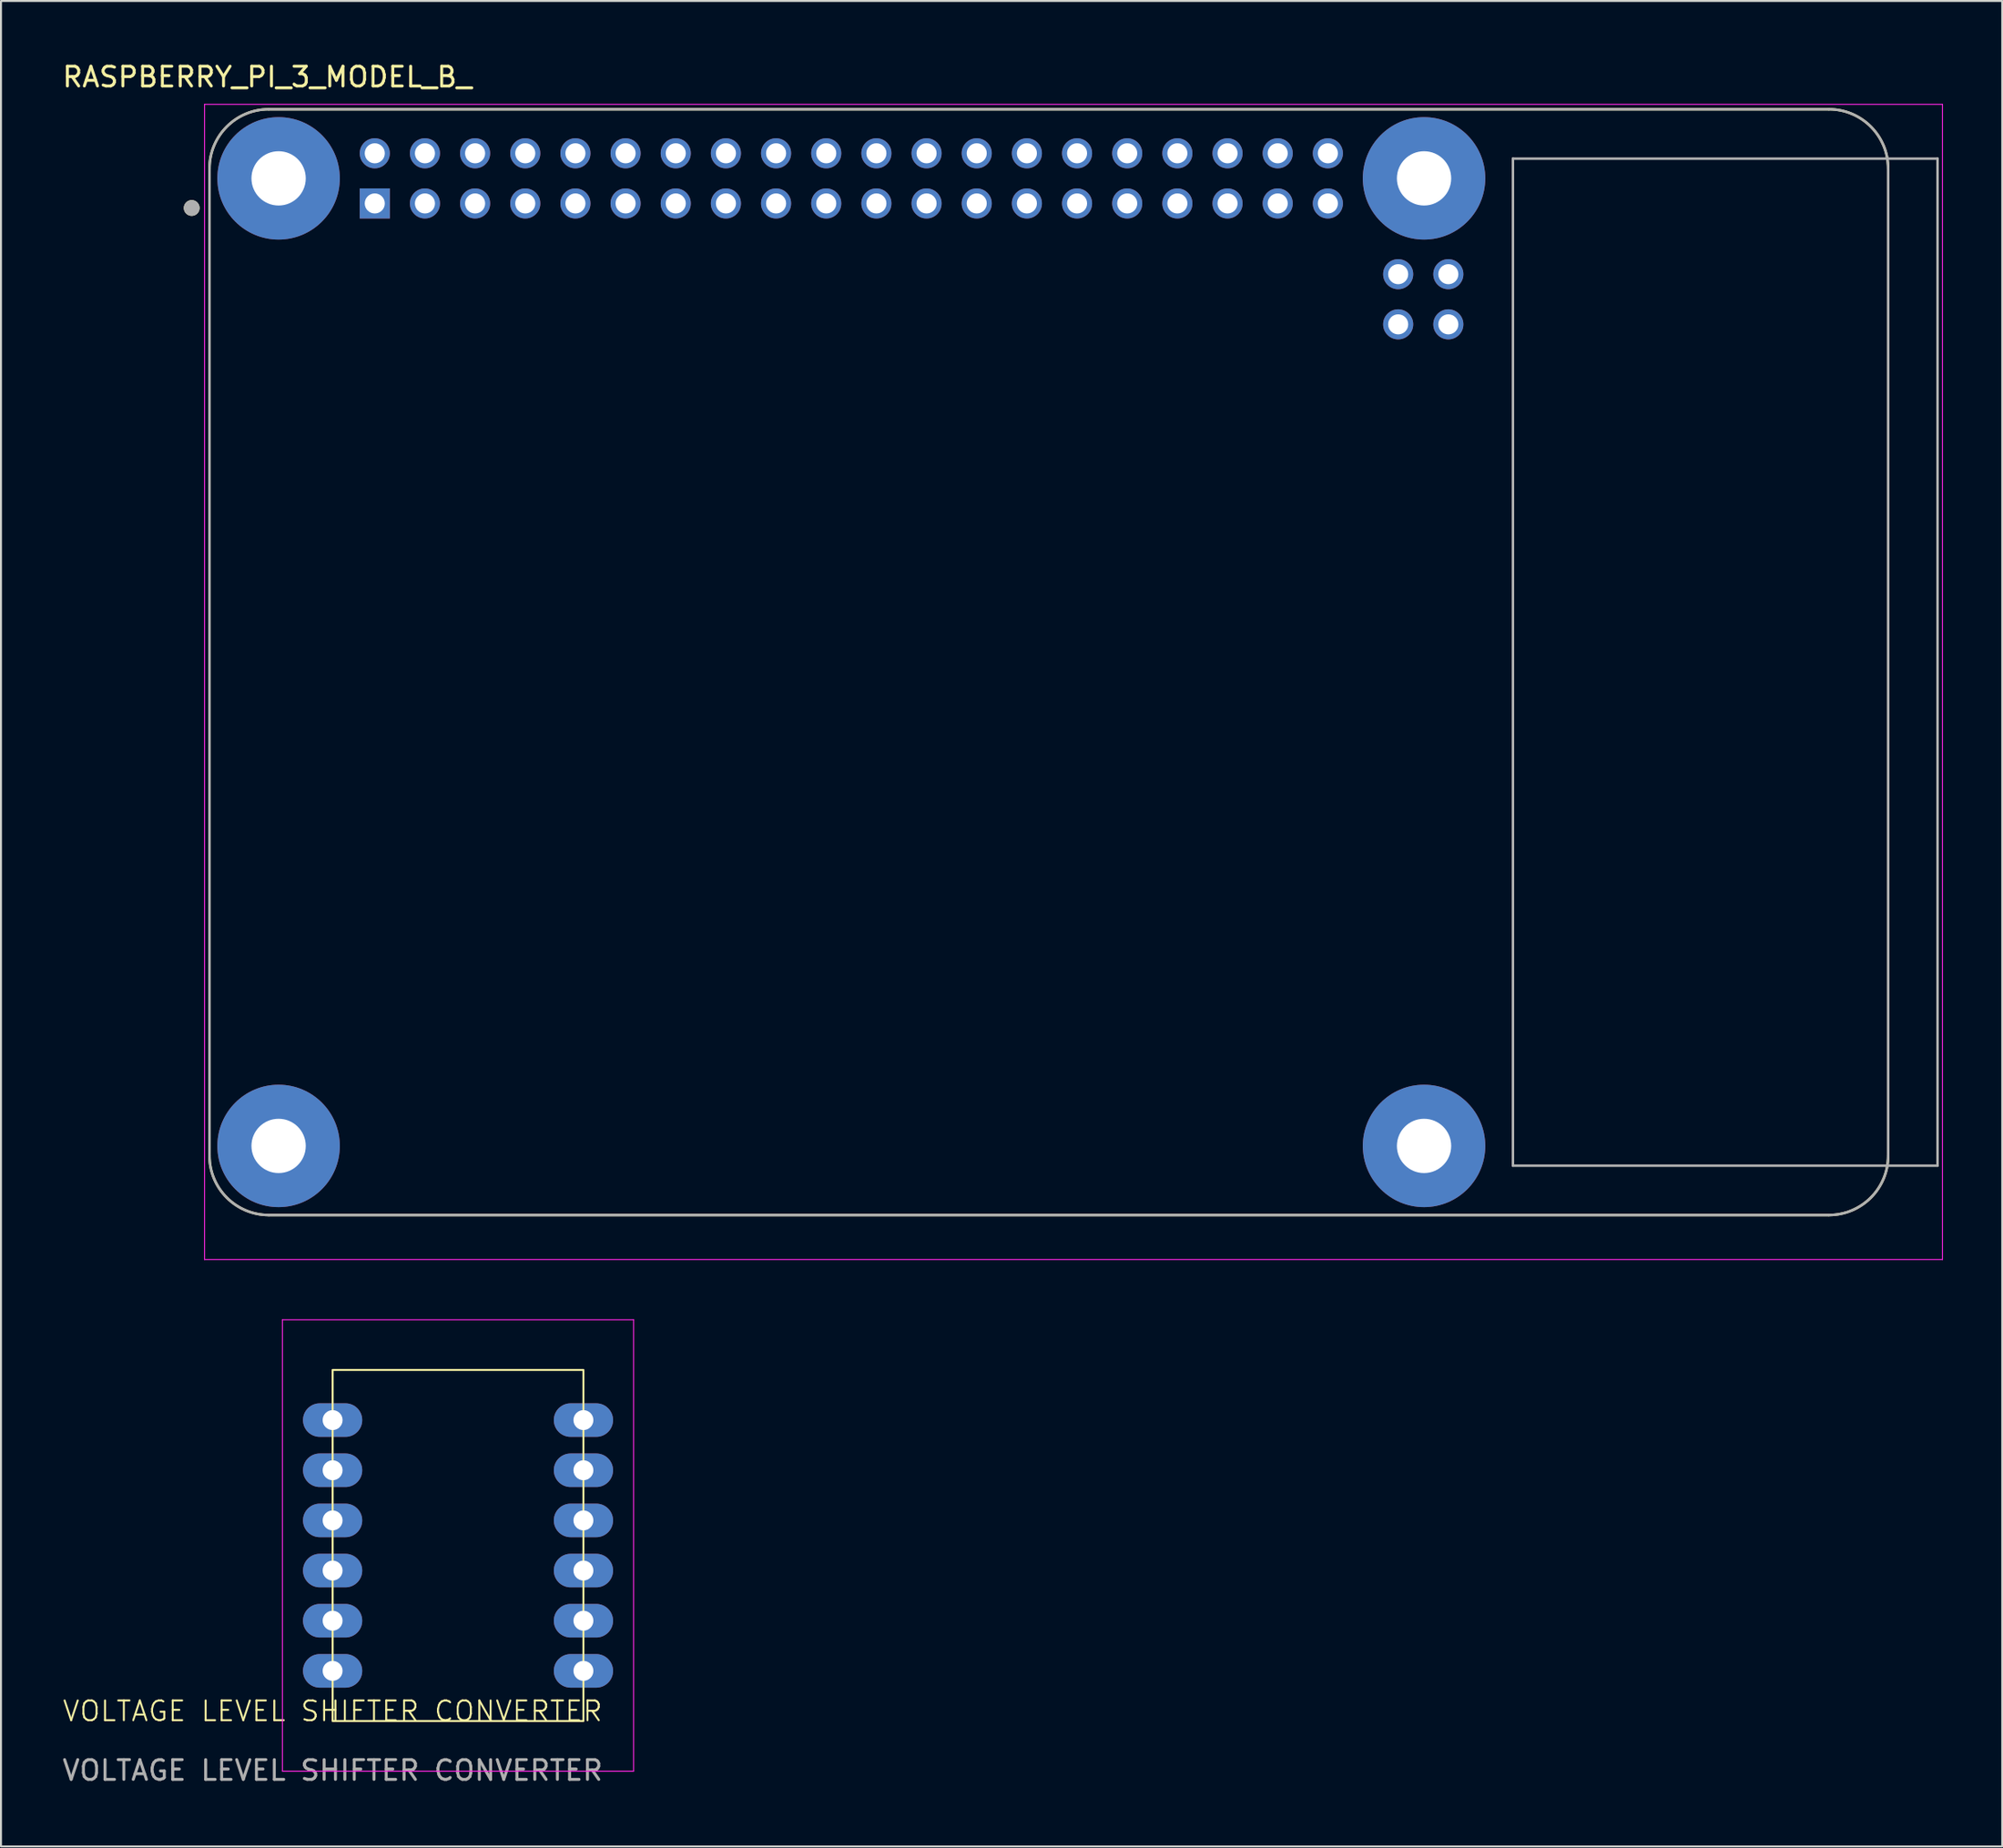
<source format=kicad_pcb>
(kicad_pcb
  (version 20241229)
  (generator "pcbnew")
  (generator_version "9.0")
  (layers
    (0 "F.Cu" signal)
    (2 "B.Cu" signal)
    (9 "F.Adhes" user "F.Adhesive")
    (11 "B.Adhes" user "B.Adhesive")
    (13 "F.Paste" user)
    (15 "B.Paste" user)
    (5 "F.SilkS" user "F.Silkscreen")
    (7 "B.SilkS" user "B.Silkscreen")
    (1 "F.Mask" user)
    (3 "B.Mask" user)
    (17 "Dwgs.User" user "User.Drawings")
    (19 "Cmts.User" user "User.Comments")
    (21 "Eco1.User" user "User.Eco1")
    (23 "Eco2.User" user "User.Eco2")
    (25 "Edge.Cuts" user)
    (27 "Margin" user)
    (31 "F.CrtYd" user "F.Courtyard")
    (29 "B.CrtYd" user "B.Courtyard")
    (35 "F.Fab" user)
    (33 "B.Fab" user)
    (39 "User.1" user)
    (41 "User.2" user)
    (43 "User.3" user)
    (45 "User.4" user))
  (footprint "VOLTAGE LEVEL SHIFTER CONVERTER"
    (layer "F.Cu")
    (at 13.792 84.108)
    (property "Reference" "VOLTAGE LEVEL SHIFTER CONVERTER" (at 0 -0.5 0) (unlocked yes) (layer "F.SilkS") (effects (font (size 1 1) (thickness 0.1))))
    (attr smd)
    (fp_rect (start 0 -17.78) (end 12.7 0) (stroke (width 0.1) (type default)) (fill no) (layer "F.SilkS"))
    (fp_line (start -2.54 -20.32) (end 15.24 -20.32) (stroke (width 0.05) (type default)) (layer "F.CrtYd"))
    (fp_line (start -2.54 2.54) (end -2.54 -20.32) (stroke (width 0.05) (type default)) (layer "F.CrtYd"))
    (fp_line (start 15.24 -20.32) (end 15.24 2.54) (stroke (width 0.05) (type default)) (layer "F.CrtYd"))
    (fp_line (start 15.24 2.54) (end -2.54 2.54) (stroke (width 0.05) (type default)) (layer "F.CrtYd"))
    (fp_text user "${REFERENCE}" (at 0 2.5 0) (unlocked yes) (layer "F.Fab") (effects (font (size 1 1) (thickness 0.15))))
    (pad "1" thru_hole oval (at 12.7 -15.24) (size 3 1.7) (drill 1.01) (layers "*.Cu" "*.Mask"))
    (pad "2" thru_hole oval (at 12.7 -12.7) (size 3 1.7) (drill 1.01) (layers "*.Cu" "*.Mask"))
    (pad "3" thru_hole oval (at 12.7 -10.16) (size 3 1.7) (drill 1.01) (layers "*.Cu" "*.Mask"))
    (pad "4" thru_hole oval (at 12.7 -7.62) (size 3 1.7) (drill 1.01) (layers "*.Cu" "*.Mask"))
    (pad "5" thru_hole oval (at 12.7 -5.08) (size 3 1.7) (drill 1.01) (layers "*.Cu" "*.Mask"))
    (pad "6" thru_hole oval (at 12.7 -2.54) (size 3 1.7) (drill 1.01) (layers "*.Cu" "*.Mask"))
    (pad "7" thru_hole oval (at 0 -2.54) (size 3 1.7) (drill 1.01) (layers "*.Cu" "*.Mask"))
    (pad "8" thru_hole oval (at 0 -5.08) (size 3 1.7) (drill 1.01) (layers "*.Cu" "*.Mask"))
    (pad "9" thru_hole oval (at 0 -7.62) (size 3 1.7) (drill 1.01) (layers "*.Cu" "*.Mask"))
    (pad "10" thru_hole oval (at 0 -10.16) (size 3 1.7) (drill 1.01) (layers "*.Cu" "*.Mask"))
    (pad "11" thru_hole oval (at 0 -12.7) (size 3 1.7) (drill 1.01) (layers "*.Cu" "*.Mask"))
    (pad "12" thru_hole oval (at 0 -15.24) (size 3 1.7) (drill 1.01) (layers "*.Cu" "*.Mask")))
  (footprint "RASPBERRY_PI_3_MODEL_B_"
    (layer "F.Cu")
    (at 50.057 30.483)
    (property "Reference" "RASPBERRY_PI_3_MODEL_B_" (at -39.575 -29.635 0) (layer "F.SilkS") (effects (font (size 1 1) (thickness 0.15))))
    (attr through_hole)
    (fp_line (start -42.5 -25) (end -42.5 25) (stroke (width 0.127) (type solid)) (layer "F.SilkS"))
    (fp_line (start -39.5 28) (end 39.5 28) (stroke (width 0.127) (type solid)) (layer "F.SilkS"))
    (fp_line (start 39.5 -28) (end -39.5 -28) (stroke (width 0.127) (type solid)) (layer "F.SilkS"))
    (fp_line (start 42.5 25) (end 42.5 -25) (stroke (width 0.127) (type solid)) (layer "F.SilkS"))
    (fp_arc (start -42.5 -25) (mid -41.62132 -27.12132) (end -39.5 -28) (stroke (width 0.127) (type solid)) (layer "F.SilkS"))
    (fp_arc (start -39.5 28) (mid -41.62132 27.12132) (end -42.5 25) (stroke (width 0.127) (type solid)) (layer "F.SilkS"))
    (fp_arc (start 39.5 -28) (mid 41.62132 -27.12132) (end 42.5 -25) (stroke (width 0.127) (type solid)) (layer "F.SilkS"))
    (fp_arc (start 42.5 25) (mid 41.62132 27.12132) (end 39.5 28) (stroke (width 0.127) (type solid)) (layer "F.SilkS"))
    (fp_circle (center -43.4 -23) (end -43.2 -23) (stroke (width 0.4) (type solid)) (fill no) (layer "F.SilkS"))
    (fp_line (start -42.75 -28.25) (end 45.25 -28.25) (stroke (width 0.05) (type solid)) (layer "F.CrtYd"))
    (fp_line (start -42.75 30.255) (end -42.75 -28.25) (stroke (width 0.05) (type solid)) (layer "F.CrtYd"))
    (fp_line (start 45.25 -28.25) (end 45.25 30.255) (stroke (width 0.05) (type solid)) (layer "F.CrtYd"))
    (fp_line (start 45.25 30.255) (end -42.75 30.255) (stroke (width 0.05) (type solid)) (layer "F.CrtYd"))
    (fp_line (start -42.5 -25) (end -42.5 25) (stroke (width 0.127) (type solid)) (layer "F.Fab"))
    (fp_line (start -39.5 28) (end 39.5 28) (stroke (width 0.127) (type solid)) (layer "F.Fab"))
    (fp_line (start 23.5 -25.5) (end 23.5 25.5) (stroke (width 0.127) (type solid)) (layer "F.Fab"))
    (fp_line (start 23.5 25.5) (end 45 25.5) (stroke (width 0.127) (type solid)) (layer "F.Fab"))
    (fp_line (start 39.5 -28) (end -39.5 -28) (stroke (width 0.127) (type solid)) (layer "F.Fab"))
    (fp_line (start 42.5 25) (end 42.5 -25) (stroke (width 0.127) (type solid)) (layer "F.Fab"))
    (fp_line (start 45 -25.5) (end 23.5 -25.5) (stroke (width 0.127) (type solid)) (layer "F.Fab"))
    (fp_line (start 45 25.5) (end 45 -25.5) (stroke (width 0.127) (type solid)) (layer "F.Fab"))
    (fp_arc (start -42.5 -25) (mid -41.62132 -27.12132) (end -39.5 -28) (stroke (width 0.127) (type solid)) (layer "F.Fab"))
    (fp_arc (start -39.5 28) (mid -41.62132 27.12132) (end -42.5 25) (stroke (width 0.127) (type solid)) (layer "F.Fab"))
    (fp_arc (start 39.5 -28) (mid 41.62132 -27.12132) (end 42.5 -25) (stroke (width 0.127) (type solid)) (layer "F.Fab"))
    (fp_arc (start 42.5 25) (mid 41.62132 27.12132) (end 39.5 28) (stroke (width 0.127) (type solid)) (layer "F.Fab"))
    (fp_circle (center -43.4 -23) (end -43.2 -23) (stroke (width 0.4) (type solid)) (fill no) (layer "F.Fab"))
    (pad "1" thru_hole rect (at -34.13 -23.23) (size 1.524 1.524) (drill 1.016) (layers "*.Cu" "*.Mask"))
    (pad "2" thru_hole circle (at -34.13 -25.77) (size 1.524 1.524) (drill 1.016) (layers "*.Cu" "*.Mask"))
    (pad "3" thru_hole circle (at -31.59 -23.23) (size 1.524 1.524) (drill 1.016) (layers "*.Cu" "*.Mask"))
    (pad "4" thru_hole circle (at -31.59 -25.77) (size 1.524 1.524) (drill 1.016) (layers "*.Cu" "*.Mask"))
    (pad "5" thru_hole circle (at -29.05 -23.23) (size 1.524 1.524) (drill 1.016) (layers "*.Cu" "*.Mask"))
    (pad "6" thru_hole circle (at -29.05 -25.77) (size 1.524 1.524) (drill 1.016) (layers "*.Cu" "*.Mask"))
    (pad "7" thru_hole circle (at -26.51 -23.23) (size 1.524 1.524) (drill 1.016) (layers "*.Cu" "*.Mask"))
    (pad "8" thru_hole circle (at -26.51 -25.77) (size 1.524 1.524) (drill 1.016) (layers "*.Cu" "*.Mask"))
    (pad "9" thru_hole circle (at -23.97 -23.23) (size 1.524 1.524) (drill 1.016) (layers "*.Cu" "*.Mask"))
    (pad "10" thru_hole circle (at -23.97 -25.77) (size 1.524 1.524) (drill 1.016) (layers "*.Cu" "*.Mask"))
    (pad "11" thru_hole circle (at -21.43 -23.23) (size 1.524 1.524) (drill 1.016) (layers "*.Cu" "*.Mask"))
    (pad "12" thru_hole circle (at -21.43 -25.77) (size 1.524 1.524) (drill 1.016) (layers "*.Cu" "*.Mask"))
    (pad "13" thru_hole circle (at -18.89 -23.23) (size 1.524 1.524) (drill 1.016) (layers "*.Cu" "*.Mask"))
    (pad "14" thru_hole circle (at -18.89 -25.77) (size 1.524 1.524) (drill 1.016) (layers "*.Cu" "*.Mask"))
    (pad "15" thru_hole circle (at -16.35 -23.23) (size 1.524 1.524) (drill 1.016) (layers "*.Cu" "*.Mask"))
    (pad "16" thru_hole circle (at -16.35 -25.77) (size 1.524 1.524) (drill 1.016) (layers "*.Cu" "*.Mask"))
    (pad "17" thru_hole circle (at -13.81 -23.23) (size 1.524 1.524) (drill 1.016) (layers "*.Cu" "*.Mask"))
    (pad "18" thru_hole circle (at -13.81 -25.77) (size 1.524 1.524) (drill 1.016) (layers "*.Cu" "*.Mask"))
    (pad "19" thru_hole circle (at -11.27 -23.23) (size 1.524 1.524) (drill 1.016) (layers "*.Cu" "*.Mask"))
    (pad "20" thru_hole circle (at -11.27 -25.77) (size 1.524 1.524) (drill 1.016) (layers "*.Cu" "*.Mask"))
    (pad "21" thru_hole circle (at -8.73 -23.23) (size 1.524 1.524) (drill 1.016) (layers "*.Cu" "*.Mask"))
    (pad "22" thru_hole circle (at -8.73 -25.77) (size 1.524 1.524) (drill 1.016) (layers "*.Cu" "*.Mask"))
    (pad "23" thru_hole circle (at -6.19 -23.23) (size 1.524 1.524) (drill 1.016) (layers "*.Cu" "*.Mask"))
    (pad "24" thru_hole circle (at -6.19 -25.77) (size 1.524 1.524) (drill 1.016) (layers "*.Cu" "*.Mask"))
    (pad "25" thru_hole circle (at -3.65 -23.23) (size 1.524 1.524) (drill 1.016) (layers "*.Cu" "*.Mask"))
    (pad "26" thru_hole circle (at -3.65 -25.77) (size 1.524 1.524) (drill 1.016) (layers "*.Cu" "*.Mask"))
    (pad "27" thru_hole circle (at -1.11 -23.23) (size 1.524 1.524) (drill 1.016) (layers "*.Cu" "*.Mask"))
    (pad "28" thru_hole circle (at -1.11 -25.77) (size 1.524 1.524) (drill 1.016) (layers "*.Cu" "*.Mask"))
    (pad "29" thru_hole circle (at 1.43 -23.23) (size 1.524 1.524) (drill 1.016) (layers "*.Cu" "*.Mask"))
    (pad "30" thru_hole circle (at 1.43 -25.77) (size 1.524 1.524) (drill 1.016) (layers "*.Cu" "*.Mask"))
    (pad "31" thru_hole circle (at 3.97 -23.23) (size 1.524 1.524) (drill 1.016) (layers "*.Cu" "*.Mask"))
    (pad "32" thru_hole circle (at 3.97 -25.77) (size 1.524 1.524) (drill 1.016) (layers "*.Cu" "*.Mask"))
    (pad "33" thru_hole circle (at 6.51 -23.23) (size 1.524 1.524) (drill 1.016) (layers "*.Cu" "*.Mask"))
    (pad "34" thru_hole circle (at 6.51 -25.77) (size 1.524 1.524) (drill 1.016) (layers "*.Cu" "*.Mask"))
    (pad "35" thru_hole circle (at 9.05 -23.23) (size 1.524 1.524) (drill 1.016) (layers "*.Cu" "*.Mask"))
    (pad "36" thru_hole circle (at 9.05 -25.77) (size 1.524 1.524) (drill 1.016) (layers "*.Cu" "*.Mask"))
    (pad "37" thru_hole circle (at 11.59 -23.23) (size 1.524 1.524) (drill 1.016) (layers "*.Cu" "*.Mask"))
    (pad "38" thru_hole circle (at 11.59 -25.77) (size 1.524 1.524) (drill 1.016) (layers "*.Cu" "*.Mask"))
    (pad "39" thru_hole circle (at 14.13 -23.23) (size 1.524 1.524) (drill 1.016) (layers "*.Cu" "*.Mask"))
    (pad "40" thru_hole circle (at 14.13 -25.77) (size 1.524 1.524) (drill 1.016) (layers "*.Cu" "*.Mask"))
    (pad "41" thru_hole circle (at 20.23 -17.107) (size 1.524 1.524) (drill 1.016) (layers "*.Cu" "*.Mask"))
    (pad "42" thru_hole circle (at 20.23 -19.647) (size 1.524 1.524) (drill 1.016) (layers "*.Cu" "*.Mask"))
    (pad "43" thru_hole circle (at 17.69 -17.107) (size 1.524 1.524) (drill 1.016) (layers "*.Cu" "*.Mask"))
    (pad "44" thru_hole circle (at 17.69 -19.647) (size 1.524 1.524) (drill 1.016) (layers "*.Cu" "*.Mask"))
    (pad "S1" thru_hole circle (at -39 -24.5) (size 6.2 6.2) (drill 2.75) (layers "*.Cu" "*.Mask"))
    (pad "S2" thru_hole circle (at 19 -24.5) (size 6.2 6.2) (drill 2.75) (layers "*.Cu" "*.Mask"))
    (pad "S3" thru_hole circle (at 19 24.5) (size 6.2 6.2) (drill 2.75) (layers "*.Cu" "*.Mask"))
    (pad "S4" thru_hole circle (at -39 24.5) (size 6.2 6.2) (drill 2.75) (layers "*.Cu" "*.Mask")))
  (gr_rect
    (start -3 -3)
    (end 98.332 90.457)
    (stroke (width 0.1) (type default))
    (fill no)
    (layer "Edge.Cuts")))
</source>
